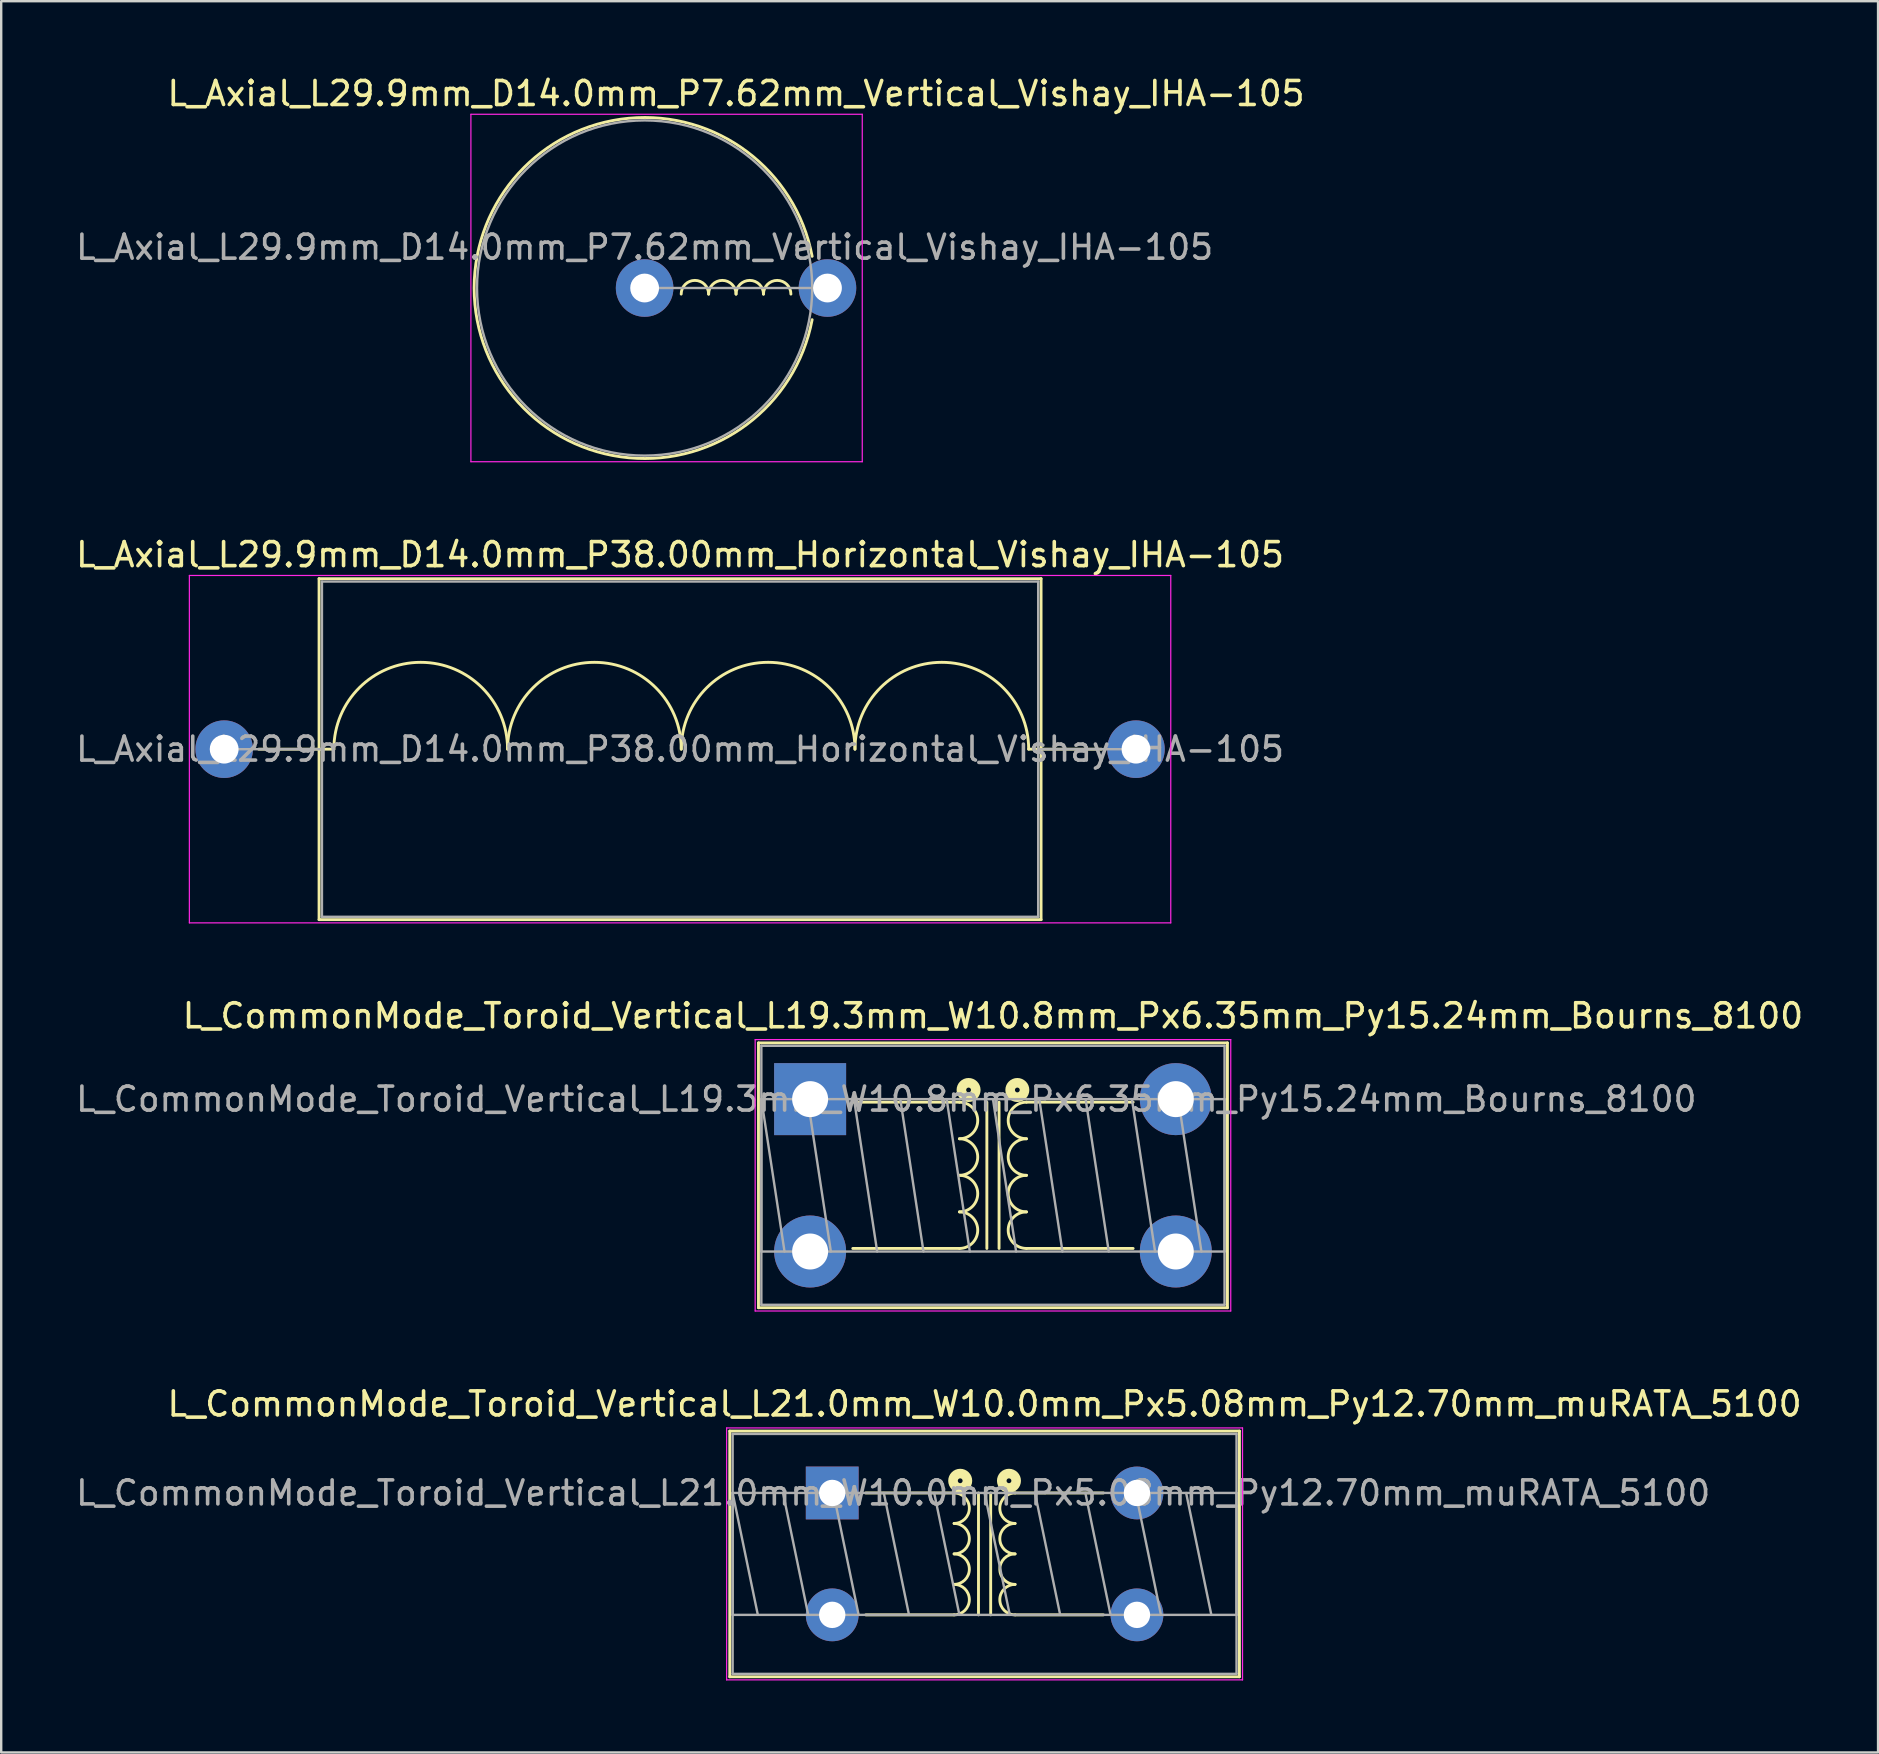
<source format=kicad_pcb>
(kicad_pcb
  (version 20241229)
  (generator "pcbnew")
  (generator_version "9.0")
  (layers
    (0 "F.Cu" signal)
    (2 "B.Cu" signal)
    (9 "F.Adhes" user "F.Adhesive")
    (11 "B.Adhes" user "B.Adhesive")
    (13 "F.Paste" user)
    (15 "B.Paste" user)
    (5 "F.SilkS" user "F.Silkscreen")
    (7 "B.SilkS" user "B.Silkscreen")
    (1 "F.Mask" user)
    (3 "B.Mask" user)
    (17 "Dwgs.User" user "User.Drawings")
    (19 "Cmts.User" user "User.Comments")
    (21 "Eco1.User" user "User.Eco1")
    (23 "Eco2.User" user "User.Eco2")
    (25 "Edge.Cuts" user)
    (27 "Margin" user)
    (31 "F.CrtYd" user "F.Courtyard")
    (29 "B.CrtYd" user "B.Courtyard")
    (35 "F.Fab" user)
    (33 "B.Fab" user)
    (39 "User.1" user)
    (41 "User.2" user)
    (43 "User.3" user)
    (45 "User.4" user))
  (footprint "L_CommonMode_Toroid_Vertical_L21.0mm_W10.0mm_Px5.08mm_Py12.70mm_muRATA_5100"
    (layer "F.Cu")
    (at 31.633 59.17)
    (property "Reference" "L_CommonMode_Toroid_Vertical_L21.0mm_W10.0mm_Px5.08mm_Py12.70mm_muRATA_5100" (at 6.35 -3.71 0) (layer "F.SilkS") (effects (font (size 1 1) (thickness 0.15))))
    (attr through_hole)
    (fp_line (start -4.27 -2.58) (end -4.27 7.66) (stroke (width 0.12) (type solid)) (layer "F.SilkS"))
    (fp_line (start -4.27 -2.58) (end 16.97 -2.58) (stroke (width 0.12) (type solid)) (layer "F.SilkS"))
    (fp_line (start -4.27 7.66) (end 16.97 7.66) (stroke (width 0.12) (type solid)) (layer "F.SilkS"))
    (fp_line (start 1.397 5.08) (end 5.08 5.08) (stroke (width 0.12) (type solid)) (layer "F.SilkS"))
    (fp_line (start 5.08 0) (end 1.397 0) (stroke (width 0.12) (type solid)) (layer "F.SilkS"))
    (fp_line (start 6.096 0) (end 6.096 5.08) (stroke (width 0.12) (type solid)) (layer "F.SilkS"))
    (fp_line (start 6.604 5.08) (end 6.604 0) (stroke (width 0.12) (type solid)) (layer "F.SilkS"))
    (fp_line (start 11.303 0) (end 7.62 0) (stroke (width 0.12) (type solid)) (layer "F.SilkS"))
    (fp_line (start 11.303 5.08) (end 7.62 5.08) (stroke (width 0.12) (type solid)) (layer "F.SilkS"))
    (fp_line (start 16.97 -2.58) (end 16.97 7.66) (stroke (width 0.12) (type solid)) (layer "F.SilkS"))
    (fp_arc (start 5.08 0) (mid 5.715 0.635) (end 5.08 1.27) (stroke (width 0.12) (type solid)) (layer "F.SilkS"))
    (fp_arc (start 5.08 1.27) (mid 5.715 1.905) (end 5.08 2.54) (stroke (width 0.12) (type solid)) (layer "F.SilkS"))
    (fp_arc (start 5.08 2.54) (mid 5.715 3.175) (end 5.08 3.81) (stroke (width 0.12) (type solid)) (layer "F.SilkS"))
    (fp_arc (start 5.08 3.81) (mid 5.715 4.445) (end 5.08 5.08) (stroke (width 0.12) (type solid)) (layer "F.SilkS"))
    (fp_arc (start 7.62 1.27) (mid 6.985 0.635) (end 7.62 0) (stroke (width 0.12) (type solid)) (layer "F.SilkS"))
    (fp_arc (start 7.62 2.54) (mid 6.985 1.905) (end 7.62 1.27) (stroke (width 0.12) (type solid)) (layer "F.SilkS"))
    (fp_arc (start 7.62 3.81) (mid 6.985 3.175) (end 7.62 2.54) (stroke (width 0.12) (type solid)) (layer "F.SilkS"))
    (fp_arc (start 7.62 5.08) (mid 6.985 4.445) (end 7.62 3.81) (stroke (width 0.12) (type solid)) (layer "F.SilkS"))
    (fp_circle (center 5.334 -0.508) (end 5.434 -0.508) (stroke (width 0.4) (type solid)) (fill no) (layer "F.SilkS"))
    (fp_circle (center 7.366 -0.508) (end 7.466 -0.508) (stroke (width 0.4) (type solid)) (fill no) (layer "F.SilkS"))
    (fp_line (start -4.4 -2.71) (end -4.4 7.79) (stroke (width 0.05) (type solid)) (layer "F.CrtYd"))
    (fp_line (start -4.4 7.79) (end 17.1 7.79) (stroke (width 0.05) (type solid)) (layer "F.CrtYd"))
    (fp_line (start 17.1 -2.71) (end -4.4 -2.71) (stroke (width 0.05) (type solid)) (layer "F.CrtYd"))
    (fp_line (start 17.1 7.79) (end 17.1 -2.71) (stroke (width 0.05) (type solid)) (layer "F.CrtYd"))
    (fp_line (start -4.15 -2.46) (end -4.15 7.54) (stroke (width 0.1) (type solid)) (layer "F.Fab"))
    (fp_line (start -4.15 0) (end -4.15 5.08) (stroke (width 0.1) (type solid)) (layer "F.Fab"))
    (fp_line (start -4.15 0) (end -3.1 5.08) (stroke (width 0.1) (type solid)) (layer "F.Fab"))
    (fp_line (start -4.15 5.08) (end 16.85 5.08) (stroke (width 0.1) (type solid)) (layer "F.Fab"))
    (fp_line (start -4.15 7.54) (end 16.85 7.54) (stroke (width 0.1) (type solid)) (layer "F.Fab"))
    (fp_line (start -2.05 0) (end -1 5.08) (stroke (width 0.1) (type solid)) (layer "F.Fab"))
    (fp_line (start 0.05 0) (end 1.1 5.08) (stroke (width 0.1) (type solid)) (layer "F.Fab"))
    (fp_line (start 2.15 0) (end 3.2 5.08) (stroke (width 0.1) (type solid)) (layer "F.Fab"))
    (fp_line (start 4.25 0) (end 5.3 5.08) (stroke (width 0.1) (type solid)) (layer "F.Fab"))
    (fp_line (start 6.35 0) (end 7.4 5.08) (stroke (width 0.1) (type solid)) (layer "F.Fab"))
    (fp_line (start 8.45 0) (end 9.5 5.08) (stroke (width 0.1) (type solid)) (layer "F.Fab"))
    (fp_line (start 10.55 0) (end 11.6 5.08) (stroke (width 0.1) (type solid)) (layer "F.Fab"))
    (fp_line (start 12.65 0) (end 13.7 5.08) (stroke (width 0.1) (type solid)) (layer "F.Fab"))
    (fp_line (start 14.75 0) (end 15.8 5.08) (stroke (width 0.1) (type solid)) (layer "F.Fab"))
    (fp_line (start 16.85 -2.46) (end -4.15 -2.46) (stroke (width 0.1) (type solid)) (layer "F.Fab"))
    (fp_line (start 16.85 0) (end -4.15 0) (stroke (width 0.1) (type solid)) (layer "F.Fab"))
    (fp_line (start 16.85 5.08) (end 16.85 0) (stroke (width 0.1) (type solid)) (layer "F.Fab"))
    (fp_line (start 16.85 7.54) (end 16.85 -2.46) (stroke (width 0.1) (type solid)) (layer "F.Fab"))
    (fp_text user "${REFERENCE}" (at 2.54 0 0) (layer "F.Fab") (effects (font (size 1 1) (thickness 0.15))))
    (pad "1" thru_hole rect (at 0 0) (size 2.2 2.2) (drill 1.1) (layers "*.Cu" "*.Mask"))
    (pad "2" thru_hole circle (at 0 5.08) (size 2.2 2.2) (drill 1.1) (layers "*.Cu" "*.Mask"))
    (pad "3" thru_hole circle (at 12.7 5.08) (size 2.2 2.2) (drill 1.1) (layers "*.Cu" "*.Mask"))
    (pad "4" thru_hole circle (at 12.7 0) (size 2.2 2.2) (drill 1.1) (layers "*.Cu" "*.Mask")))
  (footprint "L_CommonMode_Toroid_Vertical_L19.3mm_W10.8mm_Px6.35mm_Py15.24mm_Bourns_8100"
    (layer "F.Cu")
    (at 30.712 42.757)
    (property "Reference" "L_CommonMode_Toroid_Vertical_L19.3mm_W10.8mm_Px6.35mm_Py15.24mm_Bourns_8100" (at 7.62 -3.473 0) (layer "F.SilkS") (effects (font (size 1 1) (thickness 0.15))))
    (attr through_hole)
    (fp_line (start -2.152 -2.343) (end -2.152 8.693) (stroke (width 0.12) (type solid)) (layer "F.SilkS"))
    (fp_line (start -2.152 -2.343) (end 17.392 -2.343) (stroke (width 0.12) (type solid)) (layer "F.SilkS"))
    (fp_line (start -2.152 8.693) (end 17.392 8.693) (stroke (width 0.12) (type solid)) (layer "F.SilkS"))
    (fp_line (start 6.223 0.127) (end 1.778 0.127) (stroke (width 0.12) (type solid)) (layer "F.SilkS"))
    (fp_line (start 6.223 6.223) (end 1.778 6.223) (stroke (width 0.12) (type solid)) (layer "F.SilkS"))
    (fp_line (start 7.366 6.223) (end 7.366 0.127) (stroke (width 0.12) (type solid)) (layer "F.SilkS"))
    (fp_line (start 7.874 0.127) (end 7.874 6.223) (stroke (width 0.12) (type solid)) (layer "F.SilkS"))
    (fp_line (start 9.017 0.127) (end 13.462 0.127) (stroke (width 0.12) (type solid)) (layer "F.SilkS"))
    (fp_line (start 9.017 6.223) (end 13.462 6.223) (stroke (width 0.12) (type solid)) (layer "F.SilkS"))
    (fp_line (start 17.392 -2.343) (end 17.392 8.693) (stroke (width 0.12) (type solid)) (layer "F.SilkS"))
    (fp_arc (start 6.223 0.127) (mid 6.985 0.889) (end 6.223 1.651) (stroke (width 0.12) (type solid)) (layer "F.SilkS"))
    (fp_arc (start 6.223 1.651) (mid 6.985 2.413) (end 6.223 3.175) (stroke (width 0.12) (type solid)) (layer "F.SilkS"))
    (fp_arc (start 6.223 3.175) (mid 6.985 3.937) (end 6.223 4.699) (stroke (width 0.12) (type solid)) (layer "F.SilkS"))
    (fp_arc (start 6.223 4.699) (mid 6.985 5.461) (end 6.223 6.223) (stroke (width 0.12) (type solid)) (layer "F.SilkS"))
    (fp_arc (start 9.017 1.651) (mid 8.255 0.889) (end 9.017 0.127) (stroke (width 0.12) (type solid)) (layer "F.SilkS"))
    (fp_arc (start 9.017 3.175) (mid 8.255 2.413) (end 9.017 1.651) (stroke (width 0.12) (type solid)) (layer "F.SilkS"))
    (fp_arc (start 9.017 4.699) (mid 8.255 3.937) (end 9.017 3.175) (stroke (width 0.12) (type solid)) (layer "F.SilkS"))
    (fp_arc (start 9.017 6.223) (mid 8.255 5.461) (end 9.017 4.699) (stroke (width 0.12) (type solid)) (layer "F.SilkS"))
    (fp_circle (center 6.604 -0.381) (end 6.704 -0.381) (stroke (width 0.4) (type solid)) (fill no) (layer "F.SilkS"))
    (fp_circle (center 8.636 -0.381) (end 8.736 -0.381) (stroke (width 0.4) (type solid)) (fill no) (layer "F.SilkS"))
    (fp_line (start -2.29 -2.48) (end -2.29 8.83) (stroke (width 0.05) (type solid)) (layer "F.CrtYd"))
    (fp_line (start -2.29 8.83) (end 17.53 8.83) (stroke (width 0.05) (type solid)) (layer "F.CrtYd"))
    (fp_line (start 17.53 -2.48) (end -2.29 -2.48) (stroke (width 0.05) (type solid)) (layer "F.CrtYd"))
    (fp_line (start 17.53 8.83) (end 17.53 -2.48) (stroke (width 0.05) (type solid)) (layer "F.CrtYd"))
    (fp_line (start -2.032 -2.223) (end -2.032 8.572) (stroke (width 0.1) (type solid)) (layer "F.Fab"))
    (fp_line (start -2.032 0) (end -2.032 6.35) (stroke (width 0.1) (type solid)) (layer "F.Fab"))
    (fp_line (start -2.032 0) (end -1.067 6.35) (stroke (width 0.1) (type solid)) (layer "F.Fab"))
    (fp_line (start -2.032 6.35) (end 17.272 6.35) (stroke (width 0.1) (type solid)) (layer "F.Fab"))
    (fp_line (start -2.032 8.572) (end 17.272 8.572) (stroke (width 0.1) (type solid)) (layer "F.Fab"))
    (fp_line (start -0.102 0) (end 0.864 6.35) (stroke (width 0.1) (type solid)) (layer "F.Fab"))
    (fp_line (start 1.829 0) (end 2.794 6.35) (stroke (width 0.1) (type solid)) (layer "F.Fab"))
    (fp_line (start 3.759 0) (end 4.724 6.35) (stroke (width 0.1) (type solid)) (layer "F.Fab"))
    (fp_line (start 5.69 0) (end 6.655 6.35) (stroke (width 0.1) (type solid)) (layer "F.Fab"))
    (fp_line (start 7.62 0) (end 8.585 6.35) (stroke (width 0.1) (type solid)) (layer "F.Fab"))
    (fp_line (start 9.55 0) (end 10.516 6.35) (stroke (width 0.1) (type solid)) (layer "F.Fab"))
    (fp_line (start 11.481 0) (end 12.446 6.35) (stroke (width 0.1) (type solid)) (layer "F.Fab"))
    (fp_line (start 13.411 0) (end 14.376 6.35) (stroke (width 0.1) (type solid)) (layer "F.Fab"))
    (fp_line (start 15.342 0) (end 16.307 6.35) (stroke (width 0.1) (type solid)) (layer "F.Fab"))
    (fp_line (start 17.272 -2.223) (end -2.032 -2.223) (stroke (width 0.1) (type solid)) (layer "F.Fab"))
    (fp_line (start 17.272 0) (end -2.032 0) (stroke (width 0.1) (type solid)) (layer "F.Fab"))
    (fp_line (start 17.272 6.35) (end 17.272 0) (stroke (width 0.1) (type solid)) (layer "F.Fab"))
    (fp_line (start 17.272 8.572) (end 17.272 -2.223) (stroke (width 0.1) (type solid)) (layer "F.Fab"))
    (fp_text user "${REFERENCE}" (at 3.175 0 0) (layer "F.Fab") (effects (font (size 1 1) (thickness 0.15))))
    (pad "1" thru_hole rect (at 0 0) (size 3 3) (drill 1.5) (layers "*.Cu" "*.Mask"))
    (pad "2" thru_hole circle (at 0 6.35) (size 3 3) (drill 1.5) (layers "*.Cu" "*.Mask"))
    (pad "3" thru_hole circle (at 15.24 6.35) (size 3 3) (drill 1.5) (layers "*.Cu" "*.Mask"))
    (pad "4" thru_hole circle (at 15.24 0) (size 3 3) (drill 1.5) (layers "*.Cu" "*.Mask")))
  (footprint "L_Axial_L29.9mm_D14.0mm_P7.62mm_Vertical_Vishay_IHA-105"
    (layer "F.Cu")
    (at 23.815 8.953)
    (property "Reference" "L_Axial_L29.9mm_D14.0mm_P7.62mm_Vertical_Vishay_IHA-105" (at 3.81 -8.105 0) (layer "F.SilkS") (effects (font (size 1 1) (thickness 0.15))))
    (attr through_hole)
    (fp_arc (start 1.524 0.254) (mid 2.0955 -0.3175) (end 2.667 0.254) (stroke (width 0.12) (type solid)) (layer "F.SilkS"))
    (fp_arc (start 2.667 0.254) (mid 3.2385 -0.3175) (end 3.81 0.254) (stroke (width 0.12) (type solid)) (layer "F.SilkS"))
    (fp_arc (start 3.81 0.254) (mid 4.3815 -0.3175) (end 4.953 0.254) (stroke (width 0.12) (type solid)) (layer "F.SilkS"))
    (fp_arc (start 4.953 0.254) (mid 5.5245 -0.3175) (end 6.096 0.254) (stroke (width 0.12) (type solid)) (layer "F.SilkS"))
    (fp_arc (start 6.981305 1.32) (mid -7.105 0) (end 6.981305 -1.32) (stroke (width 0.12) (type solid)) (layer "F.SilkS"))
    (fp_line (start -7.24 -7.24) (end -7.24 7.24) (stroke (width 0.05) (type solid)) (layer "F.CrtYd"))
    (fp_line (start -7.24 7.24) (end 9.07 7.24) (stroke (width 0.05) (type solid)) (layer "F.CrtYd"))
    (fp_line (start 9.07 -7.24) (end -7.24 -7.24) (stroke (width 0.05) (type solid)) (layer "F.CrtYd"))
    (fp_line (start 9.07 7.24) (end 9.07 -7.24) (stroke (width 0.05) (type solid)) (layer "F.CrtYd"))
    (fp_line (start 0 0) (end 7.62 0) (stroke (width 0.1) (type solid)) (layer "F.Fab"))
    (fp_circle (center 0 0) (end 6.985 0) (stroke (width 0.1) (type solid)) (fill no) (layer "F.Fab"))
    (fp_text user "${REFERENCE}" (at 0 -1.7 0) (layer "F.Fab") (effects (font (size 1 1) (thickness 0.15))))
    (pad "1" thru_hole circle (at 0 0) (size 2.4 2.4) (drill 1.2) (layers "*.Cu" "*.Mask"))
    (pad "2" thru_hole oval (at 7.62 0) (size 2.4 2.4) (drill 1.2) (layers "*.Cu" "*.Mask")))
  (footprint "L_Axial_L29.9mm_D14.0mm_P38.00mm_Horizontal_Vishay_IHA-105"
    (layer "F.Cu")
    (at 6.292 28.172)
    (property "Reference" "L_Axial_L29.9mm_D14.0mm_P38.00mm_Horizontal_Vishay_IHA-105" (at 19 -8.105 0) (layer "F.SilkS") (effects (font (size 1 1) (thickness 0.15))))
    (attr through_hole)
    (fp_line (start 1.44 0) (end 3.955 0) (stroke (width 0.12) (type solid)) (layer "F.SilkS"))
    (fp_line (start 3.955 -7.105) (end 3.955 7.105) (stroke (width 0.12) (type solid)) (layer "F.SilkS"))
    (fp_line (start 3.955 7.105) (end 34.045 7.105) (stroke (width 0.12) (type solid)) (layer "F.SilkS"))
    (fp_line (start 4.572 0) (end 3.955 0) (stroke (width 0.12) (type solid)) (layer "F.SilkS"))
    (fp_line (start 33.528 0) (end 34.036 0) (stroke (width 0.12) (type solid)) (layer "F.SilkS"))
    (fp_line (start 34.045 -7.105) (end 3.955 -7.105) (stroke (width 0.12) (type solid)) (layer "F.SilkS"))
    (fp_line (start 34.045 7.105) (end 34.045 -7.105) (stroke (width 0.12) (type solid)) (layer "F.SilkS"))
    (fp_line (start 36.56 0) (end 34.045 0) (stroke (width 0.12) (type solid)) (layer "F.SilkS"))
    (fp_arc (start 4.572 0) (mid 8.1915 -3.6195) (end 11.811 0) (stroke (width 0.12) (type solid)) (layer "F.SilkS"))
    (fp_arc (start 11.811 0) (mid 15.4305 -3.6195) (end 19.05 0) (stroke (width 0.12) (type solid)) (layer "F.SilkS"))
    (fp_arc (start 19.05 0) (mid 22.6695 -3.6195) (end 26.289 0) (stroke (width 0.12) (type solid)) (layer "F.SilkS"))
    (fp_arc (start 26.289 0) (mid 29.9085 -3.6195) (end 33.528 0) (stroke (width 0.12) (type solid)) (layer "F.SilkS"))
    (fp_line (start -1.45 -7.24) (end -1.45 7.24) (stroke (width 0.05) (type solid)) (layer "F.CrtYd"))
    (fp_line (start -1.45 7.24) (end 39.45 7.24) (stroke (width 0.05) (type solid)) (layer "F.CrtYd"))
    (fp_line (start 39.45 -7.24) (end -1.45 -7.24) (stroke (width 0.05) (type solid)) (layer "F.CrtYd"))
    (fp_line (start 39.45 7.24) (end 39.45 -7.24) (stroke (width 0.05) (type solid)) (layer "F.CrtYd"))
    (fp_line (start 0 0) (end 4.075 0) (stroke (width 0.1) (type solid)) (layer "F.Fab"))
    (fp_line (start 4.075 -6.985) (end 4.075 6.985) (stroke (width 0.1) (type solid)) (layer "F.Fab"))
    (fp_line (start 4.075 6.985) (end 33.925 6.985) (stroke (width 0.1) (type solid)) (layer "F.Fab"))
    (fp_line (start 33.925 -6.985) (end 4.075 -6.985) (stroke (width 0.1) (type solid)) (layer "F.Fab"))
    (fp_line (start 33.925 6.985) (end 33.925 -6.985) (stroke (width 0.1) (type solid)) (layer "F.Fab"))
    (fp_line (start 38 0) (end 33.925 0) (stroke (width 0.1) (type solid)) (layer "F.Fab"))
    (fp_text user "${REFERENCE}" (at 19 0 0) (layer "F.Fab") (effects (font (size 1 1) (thickness 0.15))))
    (pad "1" thru_hole circle (at 0 0) (size 2.4 2.4) (drill 1.2) (layers "*.Cu" "*.Mask"))
    (pad "2" thru_hole oval (at 38 0) (size 2.4 2.4) (drill 1.2) (layers "*.Cu" "*.Mask")))
  (gr_rect
    (start -3 -3)
    (end 75.219 69.986)
    (stroke (width 0.1) (type default))
    (fill no)
    (layer "Edge.Cuts")))
</source>
